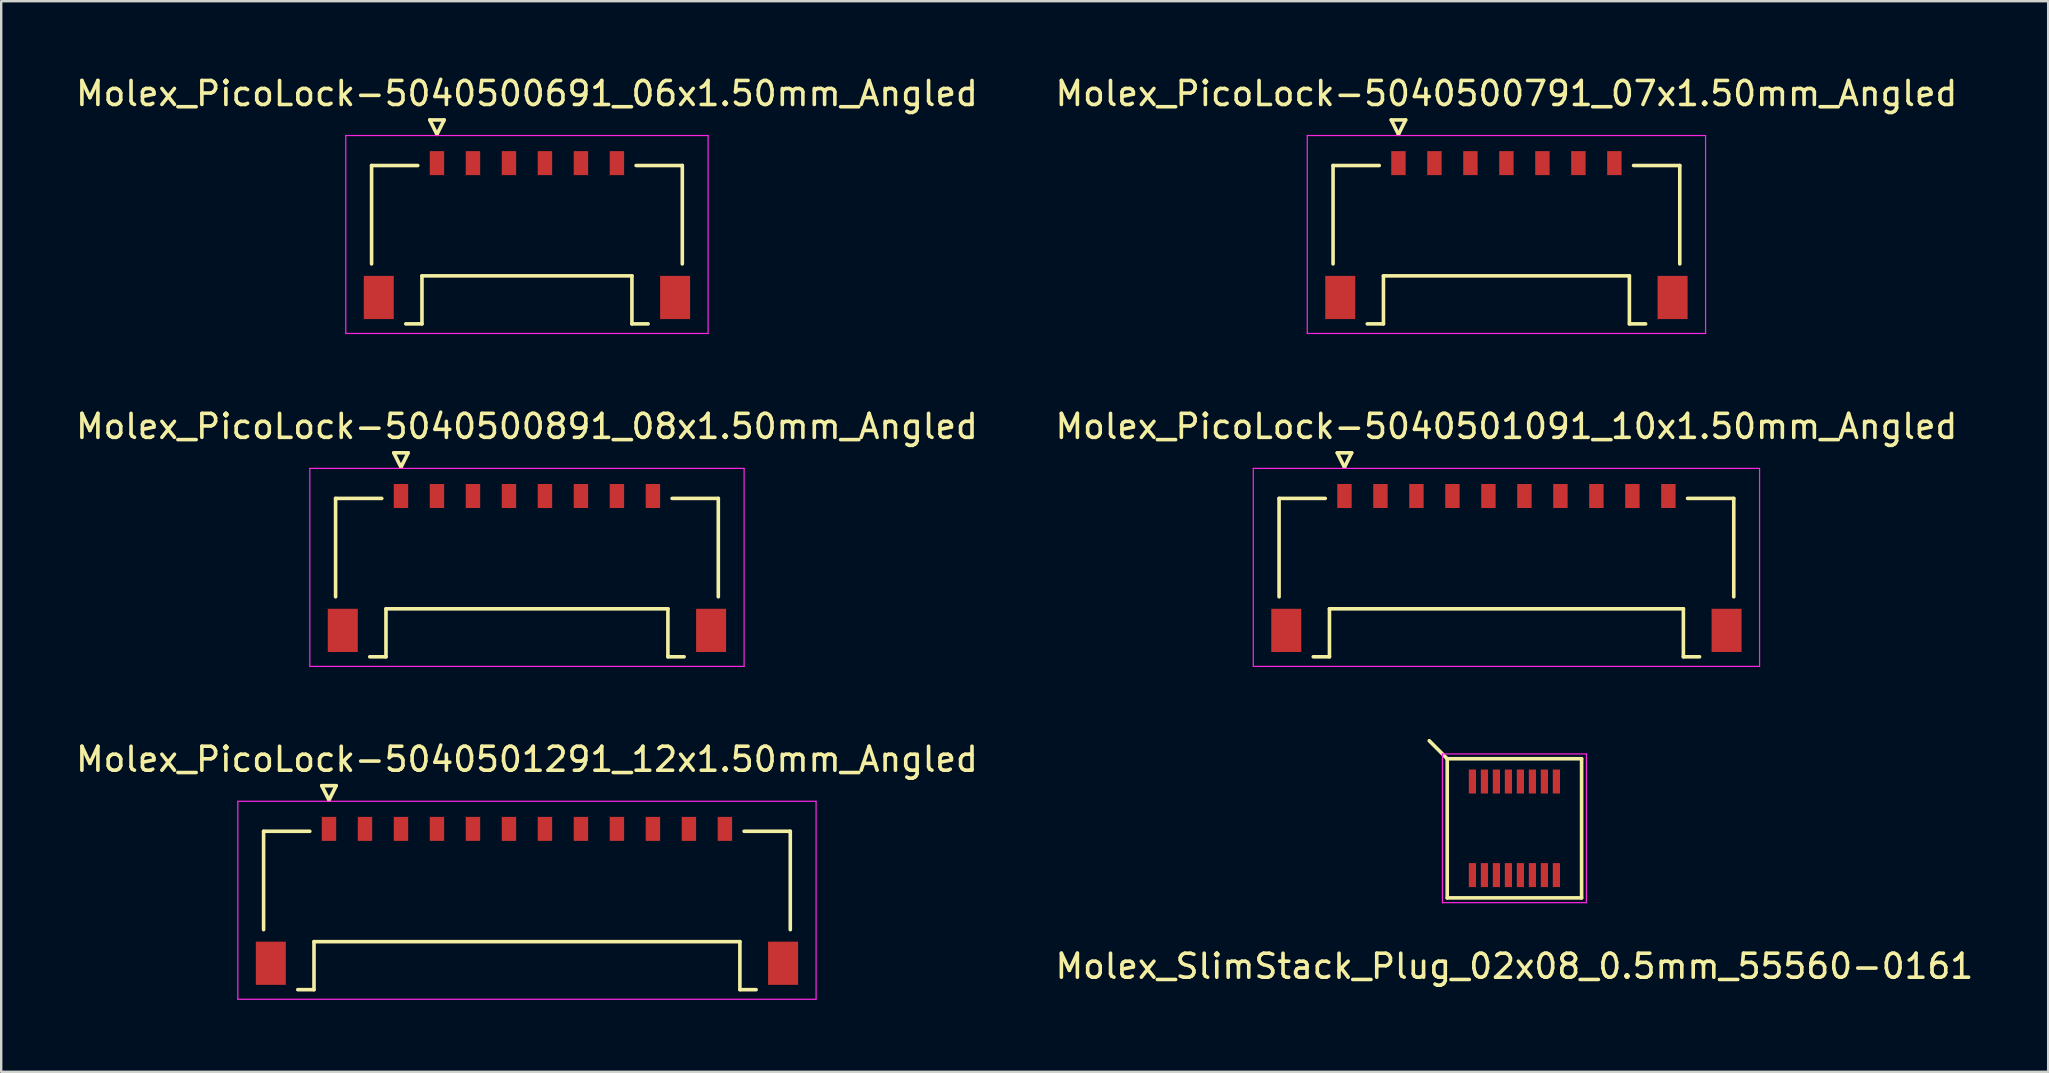
<source format=kicad_pcb>
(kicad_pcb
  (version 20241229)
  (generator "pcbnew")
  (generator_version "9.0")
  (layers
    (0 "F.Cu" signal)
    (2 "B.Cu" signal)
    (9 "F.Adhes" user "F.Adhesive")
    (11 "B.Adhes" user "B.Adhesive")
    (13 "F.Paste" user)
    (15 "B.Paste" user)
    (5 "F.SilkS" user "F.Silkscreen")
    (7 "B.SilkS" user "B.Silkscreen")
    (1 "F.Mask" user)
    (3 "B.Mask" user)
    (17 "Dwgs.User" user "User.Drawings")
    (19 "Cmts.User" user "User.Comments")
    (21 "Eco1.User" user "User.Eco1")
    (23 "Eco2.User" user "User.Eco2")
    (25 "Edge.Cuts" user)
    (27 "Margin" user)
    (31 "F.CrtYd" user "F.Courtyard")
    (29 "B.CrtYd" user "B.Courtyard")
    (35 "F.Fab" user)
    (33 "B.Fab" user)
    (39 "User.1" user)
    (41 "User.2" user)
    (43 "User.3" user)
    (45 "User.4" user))
  (footprint "Molex_PicoLock-5040500791_07x1.50mm_Angled"
    (layer "F.Cu")
    (at 59.732 6.548)
    (property "Reference" "Molex_PicoLock-5040500791_07x1.50mm_Angled" (at 0 -5.7 0) (layer "F.SilkS") (effects (font (size 1 1) (thickness 0.15))))
    (attr smd)
    (fp_line (start -7.225 -2.7) (end -7.225 1.4) (stroke (width 0.15) (type solid)) (layer "F.SilkS"))
    (fp_line (start -5.8 3.9) (end -5.125 3.9) (stroke (width 0.15) (type solid)) (layer "F.SilkS"))
    (fp_line (start -5.3 -2.7) (end -7.225 -2.7) (stroke (width 0.15) (type solid)) (layer "F.SilkS"))
    (fp_line (start -5.125 1.9) (end 5.125 1.9) (stroke (width 0.15) (type solid)) (layer "F.SilkS"))
    (fp_line (start -5.125 3.9) (end -5.125 1.9) (stroke (width 0.15) (type solid)) (layer "F.SilkS"))
    (fp_line (start -4.8 -4.6) (end -4.5 -4) (stroke (width 0.15) (type solid)) (layer "F.SilkS"))
    (fp_line (start -4.5 -4) (end -4.2 -4.6) (stroke (width 0.15) (type solid)) (layer "F.SilkS"))
    (fp_line (start -4.2 -4.6) (end -4.8 -4.6) (stroke (width 0.15) (type solid)) (layer "F.SilkS"))
    (fp_line (start 5.125 1.9) (end 5.125 3.9) (stroke (width 0.15) (type solid)) (layer "F.SilkS"))
    (fp_line (start 5.125 3.9) (end 5.8 3.9) (stroke (width 0.15) (type solid)) (layer "F.SilkS"))
    (fp_line (start 5.3 -2.7) (end 7.225 -2.7) (stroke (width 0.15) (type solid)) (layer "F.SilkS"))
    (fp_line (start 7.225 -2.7) (end 7.225 1.4) (stroke (width 0.15) (type solid)) (layer "F.SilkS"))
    (fp_line (start -8.3 -3.95) (end -8.3 4.3) (stroke (width 0.05) (type solid)) (layer "F.CrtYd"))
    (fp_line (start -8.3 4.3) (end 8.3 4.3) (stroke (width 0.05) (type solid)) (layer "F.CrtYd"))
    (fp_line (start 8.3 -3.95) (end -8.3 -3.95) (stroke (width 0.05) (type solid)) (layer "F.CrtYd"))
    (fp_line (start 8.3 4.3) (end 8.3 -3.95) (stroke (width 0.05) (type solid)) (layer "F.CrtYd"))
    (pad "" smd rect (at -6.925 2.8) (size 1.25 1.8) (layers "F.Cu" "F.Mask" "F.Paste"))
    (pad "" smd rect (at 6.925 2.8) (size 1.25 1.8) (layers "F.Cu" "F.Mask" "F.Paste"))
    (pad "1" smd rect (at -4.5 -2.8) (size 0.6 1) (layers "F.Cu" "F.Mask" "F.Paste"))
    (pad "2" smd rect (at -3 -2.8) (size 0.6 1) (layers "F.Cu" "F.Mask" "F.Paste"))
    (pad "3" smd rect (at -1.5 -2.8) (size 0.6 1) (layers "F.Cu" "F.Mask" "F.Paste"))
    (pad "4" smd rect (at 0 -2.8) (size 0.6 1) (layers "F.Cu" "F.Mask" "F.Paste"))
    (pad "5" smd rect (at 1.5 -2.8) (size 0.6 1) (layers "F.Cu" "F.Mask" "F.Paste"))
    (pad "6" smd rect (at 3 -2.8) (size 0.6 1) (layers "F.Cu" "F.Mask" "F.Paste"))
    (pad "7" smd rect (at 4.5 -2.8) (size 0.6 1) (layers "F.Cu" "F.Mask" "F.Paste")))
  (footprint "Molex_SlimStack_Plug_02x08_0.5mm_55560-0161"
    (layer "F.Cu")
    (at 60.065 31.471)
    (property "Reference" "Molex_SlimStack_Plug_02x08_0.5mm_55560-0161" (at 0 5.75 0) (layer "F.SilkS") (effects (font (size 1 1) (thickness 0.15))))
    (attr smd)
    (fp_line (start -2.8 -2.9) (end -3.55 -3.65) (stroke (width 0.15) (type solid)) (layer "F.SilkS"))
    (fp_line (start -2.8 -2.9) (end -2.8 2.9) (stroke (width 0.15) (type solid)) (layer "F.SilkS"))
    (fp_line (start -2.8 2.9) (end 2.8 2.9) (stroke (width 0.15) (type solid)) (layer "F.SilkS"))
    (fp_line (start 2.8 -2.9) (end -2.8 -2.9) (stroke (width 0.15) (type solid)) (layer "F.SilkS"))
    (fp_line (start 2.8 2.9) (end 2.8 -2.9) (stroke (width 0.15) (type solid)) (layer "F.SilkS"))
    (fp_line (start -3 -3.1) (end -3 3.1) (stroke (width 0.05) (type solid)) (layer "F.CrtYd"))
    (fp_line (start -3 3.1) (end 3 3.1) (stroke (width 0.05) (type solid)) (layer "F.CrtYd"))
    (fp_line (start 3 -3.1) (end -3 -3.1) (stroke (width 0.05) (type solid)) (layer "F.CrtYd"))
    (fp_line (start 3 3.1) (end 3 -3.1) (stroke (width 0.05) (type solid)) (layer "F.CrtYd"))
    (pad "1" smd rect (at -1.75 -1.95) (size 0.3 1) (layers "F.Cu" "F.Mask" "F.Paste"))
    (pad "2" smd rect (at -1.75 1.95) (size 0.3 1) (layers "F.Cu" "F.Mask" "F.Paste"))
    (pad "3" smd rect (at -1.25 -1.95) (size 0.3 1) (layers "F.Cu" "F.Mask" "F.Paste"))
    (pad "4" smd rect (at -1.25 1.95) (size 0.3 1) (layers "F.Cu" "F.Mask" "F.Paste"))
    (pad "5" smd rect (at -0.75 -1.95) (size 0.3 1) (layers "F.Cu" "F.Mask" "F.Paste"))
    (pad "6" smd rect (at -0.75 1.95) (size 0.3 1) (layers "F.Cu" "F.Mask" "F.Paste"))
    (pad "7" smd rect (at -0.25 -1.95) (size 0.3 1) (layers "F.Cu" "F.Mask" "F.Paste"))
    (pad "8" smd rect (at -0.25 1.95) (size 0.3 1) (layers "F.Cu" "F.Mask" "F.Paste"))
    (pad "9" smd rect (at 0.25 -1.95) (size 0.3 1) (layers "F.Cu" "F.Mask" "F.Paste"))
    (pad "10" smd rect (at 0.25 1.95) (size 0.3 1) (layers "F.Cu" "F.Mask" "F.Paste"))
    (pad "11" smd rect (at 0.75 -1.95) (size 0.3 1) (layers "F.Cu" "F.Mask" "F.Paste"))
    (pad "12" smd rect (at 0.75 1.95) (size 0.3 1) (layers "F.Cu" "F.Mask" "F.Paste"))
    (pad "13" smd rect (at 1.25 -1.95) (size 0.3 1) (layers "F.Cu" "F.Mask" "F.Paste"))
    (pad "14" smd rect (at 1.25 1.95) (size 0.3 1) (layers "F.Cu" "F.Mask" "F.Paste"))
    (pad "15" smd rect (at 1.75 -1.95) (size 0.3 1) (layers "F.Cu" "F.Mask" "F.Paste"))
    (pad "16" smd rect (at 1.75 1.95) (size 0.3 1) (layers "F.Cu" "F.Mask" "F.Paste")))
  (footprint "Molex_PicoLock-5040501091_10x1.50mm_Angled"
    (layer "F.Cu")
    (at 59.732 20.422)
    (property "Reference" "Molex_PicoLock-5040501091_10x1.50mm_Angled" (at 0 -5.7 0) (layer "F.SilkS") (effects (font (size 1 1) (thickness 0.15))))
    (attr smd)
    (fp_line (start -9.475 -2.7) (end -9.475 1.4) (stroke (width 0.15) (type solid)) (layer "F.SilkS"))
    (fp_line (start -8.05 3.9) (end -7.375 3.9) (stroke (width 0.15) (type solid)) (layer "F.SilkS"))
    (fp_line (start -7.55 -2.7) (end -9.475 -2.7) (stroke (width 0.15) (type solid)) (layer "F.SilkS"))
    (fp_line (start -7.375 1.9) (end 7.375 1.9) (stroke (width 0.15) (type solid)) (layer "F.SilkS"))
    (fp_line (start -7.375 3.9) (end -7.375 1.9) (stroke (width 0.15) (type solid)) (layer "F.SilkS"))
    (fp_line (start -7.05 -4.6) (end -6.75 -4) (stroke (width 0.15) (type solid)) (layer "F.SilkS"))
    (fp_line (start -6.75 -4) (end -6.45 -4.6) (stroke (width 0.15) (type solid)) (layer "F.SilkS"))
    (fp_line (start -6.45 -4.6) (end -7.05 -4.6) (stroke (width 0.15) (type solid)) (layer "F.SilkS"))
    (fp_line (start 7.375 1.9) (end 7.375 3.9) (stroke (width 0.15) (type solid)) (layer "F.SilkS"))
    (fp_line (start 7.375 3.9) (end 8.05 3.9) (stroke (width 0.15) (type solid)) (layer "F.SilkS"))
    (fp_line (start 7.55 -2.7) (end 9.475 -2.7) (stroke (width 0.15) (type solid)) (layer "F.SilkS"))
    (fp_line (start 9.475 -2.7) (end 9.475 1.4) (stroke (width 0.15) (type solid)) (layer "F.SilkS"))
    (fp_line (start -10.55 -3.95) (end -10.55 4.3) (stroke (width 0.05) (type solid)) (layer "F.CrtYd"))
    (fp_line (start -10.55 4.3) (end 10.55 4.3) (stroke (width 0.05) (type solid)) (layer "F.CrtYd"))
    (fp_line (start 10.55 -3.95) (end -10.55 -3.95) (stroke (width 0.05) (type solid)) (layer "F.CrtYd"))
    (fp_line (start 10.55 4.3) (end 10.55 -3.95) (stroke (width 0.05) (type solid)) (layer "F.CrtYd"))
    (pad "" smd rect (at -9.175 2.8) (size 1.25 1.8) (layers "F.Cu" "F.Mask" "F.Paste"))
    (pad "" smd rect (at 9.175 2.8) (size 1.25 1.8) (layers "F.Cu" "F.Mask" "F.Paste"))
    (pad "1" smd rect (at -6.75 -2.8) (size 0.6 1) (layers "F.Cu" "F.Mask" "F.Paste"))
    (pad "2" smd rect (at -5.25 -2.8) (size 0.6 1) (layers "F.Cu" "F.Mask" "F.Paste"))
    (pad "3" smd rect (at -3.75 -2.8) (size 0.6 1) (layers "F.Cu" "F.Mask" "F.Paste"))
    (pad "4" smd rect (at -2.25 -2.8) (size 0.6 1) (layers "F.Cu" "F.Mask" "F.Paste"))
    (pad "5" smd rect (at -0.75 -2.8) (size 0.6 1) (layers "F.Cu" "F.Mask" "F.Paste"))
    (pad "6" smd rect (at 0.75 -2.8) (size 0.6 1) (layers "F.Cu" "F.Mask" "F.Paste"))
    (pad "7" smd rect (at 2.25 -2.8) (size 0.6 1) (layers "F.Cu" "F.Mask" "F.Paste"))
    (pad "8" smd rect (at 3.75 -2.8) (size 0.6 1) (layers "F.Cu" "F.Mask" "F.Paste"))
    (pad "9" smd rect (at 5.25 -2.8) (size 0.6 1) (layers "F.Cu" "F.Mask" "F.Paste"))
    (pad "10" smd rect (at 6.75 -2.8) (size 0.6 1) (layers "F.Cu" "F.Mask" "F.Paste")))
  (footprint "Molex_PicoLock-5040500691_06x1.50mm_Angled"
    (layer "F.Cu")
    (at 18.911 6.548)
    (property "Reference" "Molex_PicoLock-5040500691_06x1.50mm_Angled" (at 0 -5.7 0) (layer "F.SilkS") (effects (font (size 1 1) (thickness 0.15))))
    (attr smd)
    (fp_line (start -6.475 -2.7) (end -6.475 1.4) (stroke (width 0.15) (type solid)) (layer "F.SilkS"))
    (fp_line (start -5.05 3.9) (end -4.375 3.9) (stroke (width 0.15) (type solid)) (layer "F.SilkS"))
    (fp_line (start -4.55 -2.7) (end -6.475 -2.7) (stroke (width 0.15) (type solid)) (layer "F.SilkS"))
    (fp_line (start -4.375 1.9) (end 4.375 1.9) (stroke (width 0.15) (type solid)) (layer "F.SilkS"))
    (fp_line (start -4.375 3.9) (end -4.375 1.9) (stroke (width 0.15) (type solid)) (layer "F.SilkS"))
    (fp_line (start -4.05 -4.6) (end -3.75 -4) (stroke (width 0.15) (type solid)) (layer "F.SilkS"))
    (fp_line (start -3.75 -4) (end -3.45 -4.6) (stroke (width 0.15) (type solid)) (layer "F.SilkS"))
    (fp_line (start -3.45 -4.6) (end -4.05 -4.6) (stroke (width 0.15) (type solid)) (layer "F.SilkS"))
    (fp_line (start 4.375 1.9) (end 4.375 3.9) (stroke (width 0.15) (type solid)) (layer "F.SilkS"))
    (fp_line (start 4.375 3.9) (end 5.05 3.9) (stroke (width 0.15) (type solid)) (layer "F.SilkS"))
    (fp_line (start 4.55 -2.7) (end 6.475 -2.7) (stroke (width 0.15) (type solid)) (layer "F.SilkS"))
    (fp_line (start 6.475 -2.7) (end 6.475 1.4) (stroke (width 0.15) (type solid)) (layer "F.SilkS"))
    (fp_line (start -7.55 -3.95) (end -7.55 4.3) (stroke (width 0.05) (type solid)) (layer "F.CrtYd"))
    (fp_line (start -7.55 4.3) (end 7.55 4.3) (stroke (width 0.05) (type solid)) (layer "F.CrtYd"))
    (fp_line (start 7.55 -3.95) (end -7.55 -3.95) (stroke (width 0.05) (type solid)) (layer "F.CrtYd"))
    (fp_line (start 7.55 4.3) (end 7.55 -3.95) (stroke (width 0.05) (type solid)) (layer "F.CrtYd"))
    (pad "" smd rect (at -6.175 2.8) (size 1.25 1.8) (layers "F.Cu" "F.Mask" "F.Paste"))
    (pad "" smd rect (at 6.175 2.8) (size 1.25 1.8) (layers "F.Cu" "F.Mask" "F.Paste"))
    (pad "1" smd rect (at -3.75 -2.8) (size 0.6 1) (layers "F.Cu" "F.Mask" "F.Paste"))
    (pad "2" smd rect (at -2.25 -2.8) (size 0.6 1) (layers "F.Cu" "F.Mask" "F.Paste"))
    (pad "3" smd rect (at -0.75 -2.8) (size 0.6 1) (layers "F.Cu" "F.Mask" "F.Paste"))
    (pad "4" smd rect (at 0.75 -2.8) (size 0.6 1) (layers "F.Cu" "F.Mask" "F.Paste"))
    (pad "5" smd rect (at 2.25 -2.8) (size 0.6 1) (layers "F.Cu" "F.Mask" "F.Paste"))
    (pad "6" smd rect (at 3.75 -2.8) (size 0.6 1) (layers "F.Cu" "F.Mask" "F.Paste")))
  (footprint "Molex_PicoLock-5040500891_08x1.50mm_Angled"
    (layer "F.Cu")
    (at 18.911 20.422)
    (property "Reference" "Molex_PicoLock-5040500891_08x1.50mm_Angled" (at 0 -5.7 0) (layer "F.SilkS") (effects (font (size 1 1) (thickness 0.15))))
    (attr smd)
    (fp_line (start -7.975 -2.7) (end -7.975 1.4) (stroke (width 0.15) (type solid)) (layer "F.SilkS"))
    (fp_line (start -6.55 3.9) (end -5.875 3.9) (stroke (width 0.15) (type solid)) (layer "F.SilkS"))
    (fp_line (start -6.05 -2.7) (end -7.975 -2.7) (stroke (width 0.15) (type solid)) (layer "F.SilkS"))
    (fp_line (start -5.875 1.9) (end 5.875 1.9) (stroke (width 0.15) (type solid)) (layer "F.SilkS"))
    (fp_line (start -5.875 3.9) (end -5.875 1.9) (stroke (width 0.15) (type solid)) (layer "F.SilkS"))
    (fp_line (start -5.55 -4.6) (end -5.25 -4) (stroke (width 0.15) (type solid)) (layer "F.SilkS"))
    (fp_line (start -5.25 -4) (end -4.95 -4.6) (stroke (width 0.15) (type solid)) (layer "F.SilkS"))
    (fp_line (start -4.95 -4.6) (end -5.55 -4.6) (stroke (width 0.15) (type solid)) (layer "F.SilkS"))
    (fp_line (start 5.875 1.9) (end 5.875 3.9) (stroke (width 0.15) (type solid)) (layer "F.SilkS"))
    (fp_line (start 5.875 3.9) (end 6.55 3.9) (stroke (width 0.15) (type solid)) (layer "F.SilkS"))
    (fp_line (start 6.05 -2.7) (end 7.975 -2.7) (stroke (width 0.15) (type solid)) (layer "F.SilkS"))
    (fp_line (start 7.975 -2.7) (end 7.975 1.4) (stroke (width 0.15) (type solid)) (layer "F.SilkS"))
    (fp_line (start -9.05 -3.95) (end -9.05 4.3) (stroke (width 0.05) (type solid)) (layer "F.CrtYd"))
    (fp_line (start -9.05 4.3) (end 9.05 4.3) (stroke (width 0.05) (type solid)) (layer "F.CrtYd"))
    (fp_line (start 9.05 -3.95) (end -9.05 -3.95) (stroke (width 0.05) (type solid)) (layer "F.CrtYd"))
    (fp_line (start 9.05 4.3) (end 9.05 -3.95) (stroke (width 0.05) (type solid)) (layer "F.CrtYd"))
    (pad "" smd rect (at -7.675 2.8) (size 1.25 1.8) (layers "F.Cu" "F.Mask" "F.Paste"))
    (pad "" smd rect (at 7.675 2.8) (size 1.25 1.8) (layers "F.Cu" "F.Mask" "F.Paste"))
    (pad "1" smd rect (at -5.25 -2.8) (size 0.6 1) (layers "F.Cu" "F.Mask" "F.Paste"))
    (pad "2" smd rect (at -3.75 -2.8) (size 0.6 1) (layers "F.Cu" "F.Mask" "F.Paste"))
    (pad "3" smd rect (at -2.25 -2.8) (size 0.6 1) (layers "F.Cu" "F.Mask" "F.Paste"))
    (pad "4" smd rect (at -0.75 -2.8) (size 0.6 1) (layers "F.Cu" "F.Mask" "F.Paste"))
    (pad "5" smd rect (at 0.75 -2.8) (size 0.6 1) (layers "F.Cu" "F.Mask" "F.Paste"))
    (pad "6" smd rect (at 2.25 -2.8) (size 0.6 1) (layers "F.Cu" "F.Mask" "F.Paste"))
    (pad "7" smd rect (at 3.75 -2.8) (size 0.6 1) (layers "F.Cu" "F.Mask" "F.Paste"))
    (pad "8" smd rect (at 5.25 -2.8) (size 0.6 1) (layers "F.Cu" "F.Mask" "F.Paste")))
  (footprint "Molex_PicoLock-5040501291_12x1.50mm_Angled"
    (layer "F.Cu")
    (at 18.911 34.295)
    (property "Reference" "Molex_PicoLock-5040501291_12x1.50mm_Angled" (at 0 -5.7 0) (layer "F.SilkS") (effects (font (size 1 1) (thickness 0.15))))
    (attr smd)
    (fp_line (start -10.975 -2.7) (end -10.975 1.4) (stroke (width 0.15) (type solid)) (layer "F.SilkS"))
    (fp_line (start -9.55 3.9) (end -8.875 3.9) (stroke (width 0.15) (type solid)) (layer "F.SilkS"))
    (fp_line (start -9.05 -2.7) (end -10.975 -2.7) (stroke (width 0.15) (type solid)) (layer "F.SilkS"))
    (fp_line (start -8.875 1.9) (end 8.875 1.9) (stroke (width 0.15) (type solid)) (layer "F.SilkS"))
    (fp_line (start -8.875 3.9) (end -8.875 1.9) (stroke (width 0.15) (type solid)) (layer "F.SilkS"))
    (fp_line (start -8.55 -4.6) (end -8.25 -4) (stroke (width 0.15) (type solid)) (layer "F.SilkS"))
    (fp_line (start -8.25 -4) (end -7.95 -4.6) (stroke (width 0.15) (type solid)) (layer "F.SilkS"))
    (fp_line (start -7.95 -4.6) (end -8.55 -4.6) (stroke (width 0.15) (type solid)) (layer "F.SilkS"))
    (fp_line (start 8.875 1.9) (end 8.875 3.9) (stroke (width 0.15) (type solid)) (layer "F.SilkS"))
    (fp_line (start 8.875 3.9) (end 9.55 3.9) (stroke (width 0.15) (type solid)) (layer "F.SilkS"))
    (fp_line (start 9.05 -2.7) (end 10.975 -2.7) (stroke (width 0.15) (type solid)) (layer "F.SilkS"))
    (fp_line (start 10.975 -2.7) (end 10.975 1.4) (stroke (width 0.15) (type solid)) (layer "F.SilkS"))
    (fp_line (start -12.05 -3.95) (end -12.05 4.3) (stroke (width 0.05) (type solid)) (layer "F.CrtYd"))
    (fp_line (start -12.05 4.3) (end 12.05 4.3) (stroke (width 0.05) (type solid)) (layer "F.CrtYd"))
    (fp_line (start 12.05 -3.95) (end -12.05 -3.95) (stroke (width 0.05) (type solid)) (layer "F.CrtYd"))
    (fp_line (start 12.05 4.3) (end 12.05 -3.95) (stroke (width 0.05) (type solid)) (layer "F.CrtYd"))
    (pad "" smd rect (at -10.675 2.8) (size 1.25 1.8) (layers "F.Cu" "F.Mask" "F.Paste"))
    (pad "" smd rect (at 10.675 2.8) (size 1.25 1.8) (layers "F.Cu" "F.Mask" "F.Paste"))
    (pad "1" smd rect (at -8.25 -2.8) (size 0.6 1) (layers "F.Cu" "F.Mask" "F.Paste"))
    (pad "2" smd rect (at -6.75 -2.8) (size 0.6 1) (layers "F.Cu" "F.Mask" "F.Paste"))
    (pad "3" smd rect (at -5.25 -2.8) (size 0.6 1) (layers "F.Cu" "F.Mask" "F.Paste"))
    (pad "4" smd rect (at -3.75 -2.8) (size 0.6 1) (layers "F.Cu" "F.Mask" "F.Paste"))
    (pad "5" smd rect (at -2.25 -2.8) (size 0.6 1) (layers "F.Cu" "F.Mask" "F.Paste"))
    (pad "6" smd rect (at -0.75 -2.8) (size 0.6 1) (layers "F.Cu" "F.Mask" "F.Paste"))
    (pad "7" smd rect (at 0.75 -2.8) (size 0.6 1) (layers "F.Cu" "F.Mask" "F.Paste"))
    (pad "8" smd rect (at 2.25 -2.8) (size 0.6 1) (layers "F.Cu" "F.Mask" "F.Paste"))
    (pad "9" smd rect (at 3.75 -2.8) (size 0.6 1) (layers "F.Cu" "F.Mask" "F.Paste"))
    (pad "10" smd rect (at 5.25 -2.8) (size 0.6 1) (layers "F.Cu" "F.Mask" "F.Paste"))
    (pad "11" smd rect (at 6.75 -2.8) (size 0.6 1) (layers "F.Cu" "F.Mask" "F.Paste"))
    (pad "12" smd rect (at 8.25 -2.8) (size 0.6 1) (layers "F.Cu" "F.Mask" "F.Paste")))
  (gr_rect
    (start -3 -3)
    (end 82.31 41.62)
    (stroke (width 0.1) (type default))
    (fill no)
    (layer "Edge.Cuts")))
</source>
